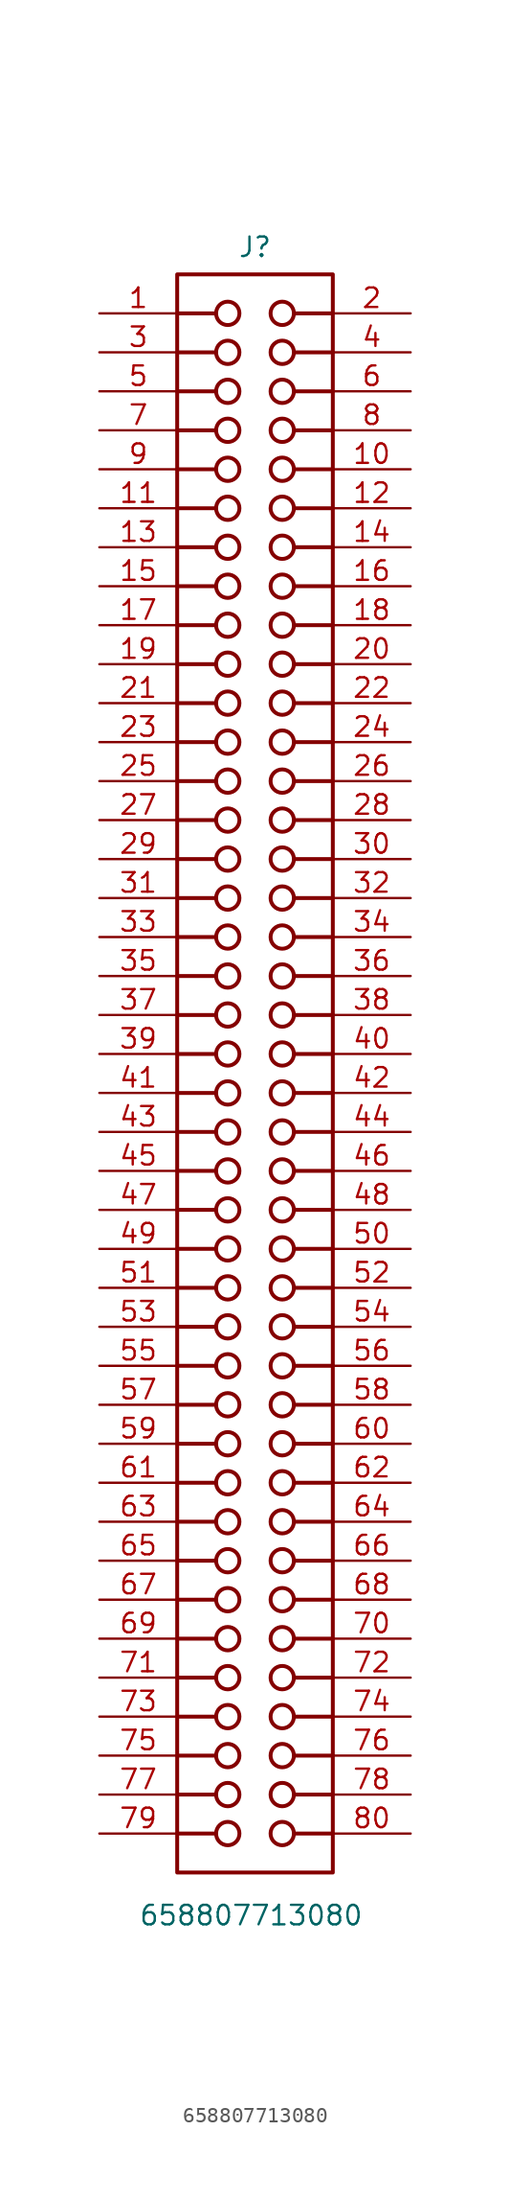
<source format=kicad_sym>
(kicad_symbol_lib
  (version 20241209)
  (generator "kicad_symbol_editor")
  (generator_version "9.0")
  (symbol "658807713080"
    (pin_names
      (hide yes))
    (property "Reference" "J"
      (at 0 52.578 0)
      (effects (font (size 1.27 1.27))))
    (property "Value" "658807713080"
      (at -0.254 -56.134 0)
      (effects (font (size 1.27 1.27))))
    (symbol "658807713080_1_1"
      (rectangle (start -5.08 50.8) (end 5.08 -53.34) (stroke (width 0.254) (type solid)) (fill (type none)))
      (polyline (pts (xy -5.08 48.26) (xy -2.54 48.26)) (stroke (width 0.254) (type solid)) (fill (type none)))
      (polyline (pts (xy -5.08 45.72) (xy -2.54 45.72)) (stroke (width 0.254) (type solid)) (fill (type none)))
      (polyline (pts (xy -5.08 43.18) (xy -2.54 43.18)) (stroke (width 0.254) (type solid)) (fill (type none)))
      (polyline (pts (xy -5.08 40.64) (xy -2.54 40.64)) (stroke (width 0.254) (type solid)) (fill (type none)))
      (polyline (pts (xy -5.08 38.1) (xy -2.54 38.1)) (stroke (width 0.254) (type solid)) (fill (type none)))
      (polyline (pts (xy -5.08 35.56) (xy -2.54 35.56)) (stroke (width 0.254) (type solid)) (fill (type none)))
      (polyline (pts (xy -5.08 33.02) (xy -2.54 33.02)) (stroke (width 0.254) (type solid)) (fill (type none)))
      (polyline (pts (xy -5.08 30.48) (xy -2.54 30.48)) (stroke (width 0.254) (type solid)) (fill (type none)))
      (polyline (pts (xy -5.08 27.94) (xy -2.54 27.94)) (stroke (width 0.254) (type solid)) (fill (type none)))
      (polyline (pts (xy -5.08 25.4) (xy -2.54 25.4)) (stroke (width 0.254) (type solid)) (fill (type none)))
      (polyline (pts (xy -5.08 22.86) (xy -2.54 22.86)) (stroke (width 0.254) (type solid)) (fill (type none)))
      (polyline (pts (xy -5.08 20.32) (xy -2.54 20.32)) (stroke (width 0.254) (type solid)) (fill (type none)))
      (polyline (pts (xy -5.08 17.78) (xy -2.54 17.78)) (stroke (width 0.254) (type solid)) (fill (type none)))
      (polyline (pts (xy -5.08 15.24) (xy -2.54 15.24)) (stroke (width 0.254) (type solid)) (fill (type none)))
      (polyline (pts (xy -5.08 12.7) (xy -2.54 12.7)) (stroke (width 0.254) (type solid)) (fill (type none)))
      (polyline (pts (xy -5.08 10.16) (xy -2.54 10.16)) (stroke (width 0.254) (type solid)) (fill (type none)))
      (polyline (pts (xy -5.08 7.62) (xy -2.54 7.62)) (stroke (width 0.254) (type solid)) (fill (type none)))
      (polyline (pts (xy -5.08 5.08) (xy -2.54 5.08)) (stroke (width 0.254) (type solid)) (fill (type none)))
      (polyline (pts (xy -5.08 2.54) (xy -2.54 2.54)) (stroke (width 0.254) (type solid)) (fill (type none)))
      (polyline (pts (xy -5.08 0) (xy -2.54 0)) (stroke (width 0.254) (type solid)) (fill (type none)))
      (polyline (pts (xy -5.08 -2.54) (xy -2.54 -2.54)) (stroke (width 0.254) (type solid)) (fill (type none)))
      (polyline (pts (xy -5.08 -5.08) (xy -2.54 -5.08)) (stroke (width 0.254) (type solid)) (fill (type none)))
      (polyline (pts (xy -5.08 -7.62) (xy -2.54 -7.62)) (stroke (width 0.254) (type solid)) (fill (type none)))
      (polyline (pts (xy -5.08 -10.16) (xy -2.54 -10.16)) (stroke (width 0.254) (type solid)) (fill (type none)))
      (polyline (pts (xy -5.08 -12.7) (xy -2.54 -12.7)) (stroke (width 0.254) (type solid)) (fill (type none)))
      (polyline (pts (xy -5.08 -15.24) (xy -2.54 -15.24)) (stroke (width 0.254) (type solid)) (fill (type none)))
      (polyline (pts (xy -5.08 -17.78) (xy -2.54 -17.78)) (stroke (width 0.254) (type solid)) (fill (type none)))
      (polyline (pts (xy -5.08 -20.32) (xy -2.54 -20.32)) (stroke (width 0.254) (type solid)) (fill (type none)))
      (polyline (pts (xy -5.08 -22.86) (xy -2.54 -22.86)) (stroke (width 0.254) (type solid)) (fill (type none)))
      (polyline (pts (xy -5.08 -25.4) (xy -2.54 -25.4)) (stroke (width 0.254) (type solid)) (fill (type none)))
      (polyline (pts (xy -5.08 -27.94) (xy -2.54 -27.94)) (stroke (width 0.254) (type solid)) (fill (type none)))
      (polyline (pts (xy -5.08 -30.48) (xy -2.54 -30.48)) (stroke (width 0.254) (type solid)) (fill (type none)))
      (polyline (pts (xy -5.08 -33.02) (xy -2.54 -33.02)) (stroke (width 0.254) (type solid)) (fill (type none)))
      (polyline (pts (xy -5.08 -35.56) (xy -2.54 -35.56)) (stroke (width 0.254) (type solid)) (fill (type none)))
      (polyline (pts (xy -5.08 -38.1) (xy -2.54 -38.1)) (stroke (width 0.254) (type solid)) (fill (type none)))
      (polyline (pts (xy -5.08 -40.64) (xy -2.54 -40.64)) (stroke (width 0.254) (type solid)) (fill (type none)))
      (polyline (pts (xy -5.08 -43.18) (xy -2.54 -43.18)) (stroke (width 0.254) (type solid)) (fill (type none)))
      (polyline (pts (xy -5.08 -45.72) (xy -2.54 -45.72)) (stroke (width 0.254) (type solid)) (fill (type none)))
      (polyline (pts (xy -5.08 -48.26) (xy -2.54 -48.26)) (stroke (width 0.254) (type solid)) (fill (type none)))
      (polyline (pts (xy -5.08 -50.8) (xy -2.54 -50.8)) (stroke (width 0.254) (type solid)) (fill (type none)))
      (circle (center -1.778 48.26) (radius 0.762) (stroke (width 0.254) (type solid)) (fill (type none)))
      (circle (center -1.778 45.72) (radius 0.762) (stroke (width 0.254) (type solid)) (fill (type none)))
      (circle (center -1.778 43.18) (radius 0.762) (stroke (width 0.254) (type solid)) (fill (type none)))
      (circle (center -1.778 40.64) (radius 0.762) (stroke (width 0.254) (type solid)) (fill (type none)))
      (circle (center -1.778 38.1) (radius 0.762) (stroke (width 0.254) (type solid)) (fill (type none)))
      (circle (center -1.778 35.56) (radius 0.762) (stroke (width 0.254) (type solid)) (fill (type none)))
      (circle (center -1.778 33.02) (radius 0.762) (stroke (width 0.254) (type solid)) (fill (type none)))
      (circle (center -1.778 30.48) (radius 0.762) (stroke (width 0.254) (type solid)) (fill (type none)))
      (circle (center -1.778 27.94) (radius 0.762) (stroke (width 0.254) (type solid)) (fill (type none)))
      (circle (center -1.778 25.4) (radius 0.762) (stroke (width 0.254) (type solid)) (fill (type none)))
      (circle (center -1.778 22.86) (radius 0.762) (stroke (width 0.254) (type solid)) (fill (type none)))
      (circle (center -1.778 20.32) (radius 0.762) (stroke (width 0.254) (type solid)) (fill (type none)))
      (circle (center -1.778 17.78) (radius 0.762) (stroke (width 0.254) (type solid)) (fill (type none)))
      (circle (center -1.778 15.24) (radius 0.762) (stroke (width 0.254) (type solid)) (fill (type none)))
      (circle (center -1.778 12.7) (radius 0.762) (stroke (width 0.254) (type solid)) (fill (type none)))
      (circle (center -1.778 10.16) (radius 0.762) (stroke (width 0.254) (type solid)) (fill (type none)))
      (circle (center -1.778 7.62) (radius 0.762) (stroke (width 0.254) (type solid)) (fill (type none)))
      (circle (center -1.778 5.08) (radius 0.762) (stroke (width 0.254) (type solid)) (fill (type none)))
      (circle (center -1.778 2.54) (radius 0.762) (stroke (width 0.254) (type solid)) (fill (type none)))
      (circle (center -1.778 0) (radius 0.762) (stroke (width 0.254) (type solid)) (fill (type none)))
      (circle (center -1.778 -2.54) (radius 0.762) (stroke (width 0.254) (type solid)) (fill (type none)))
      (circle (center -1.778 -5.08) (radius 0.762) (stroke (width 0.254) (type solid)) (fill (type none)))
      (circle (center -1.778 -7.62) (radius 0.762) (stroke (width 0.254) (type solid)) (fill (type none)))
      (circle (center -1.778 -10.16) (radius 0.762) (stroke (width 0.254) (type solid)) (fill (type none)))
      (circle (center -1.778 -12.7) (radius 0.762) (stroke (width 0.254) (type solid)) (fill (type none)))
      (circle (center -1.778 -15.24) (radius 0.762) (stroke (width 0.254) (type solid)) (fill (type none)))
      (circle (center -1.778 -17.78) (radius 0.762) (stroke (width 0.254) (type solid)) (fill (type none)))
      (circle (center -1.778 -20.32) (radius 0.762) (stroke (width 0.254) (type solid)) (fill (type none)))
      (circle (center -1.778 -22.86) (radius 0.762) (stroke (width 0.254) (type solid)) (fill (type none)))
      (circle (center -1.778 -25.4) (radius 0.762) (stroke (width 0.254) (type solid)) (fill (type none)))
      (circle (center -1.778 -27.94) (radius 0.762) (stroke (width 0.254) (type solid)) (fill (type none)))
      (circle (center -1.778 -30.48) (radius 0.762) (stroke (width 0.254) (type solid)) (fill (type none)))
      (circle (center -1.778 -33.02) (radius 0.762) (stroke (width 0.254) (type solid)) (fill (type none)))
      (circle (center -1.778 -35.56) (radius 0.762) (stroke (width 0.254) (type solid)) (fill (type none)))
      (circle (center -1.778 -38.1) (radius 0.762) (stroke (width 0.254) (type solid)) (fill (type none)))
      (circle (center -1.778 -40.64) (radius 0.762) (stroke (width 0.254) (type solid)) (fill (type none)))
      (circle (center -1.778 -43.18) (radius 0.762) (stroke (width 0.254) (type solid)) (fill (type none)))
      (circle (center -1.778 -45.72) (radius 0.762) (stroke (width 0.254) (type solid)) (fill (type none)))
      (circle (center -1.778 -48.26) (radius 0.762) (stroke (width 0.254) (type solid)) (fill (type none)))
      (circle (center -1.778 -50.8) (radius 0.762) (stroke (width 0.254) (type solid)) (fill (type none)))
      (circle (center 1.778 48.26) (radius 0.762) (stroke (width 0.254) (type solid)) (fill (type none)))
      (circle (center 1.778 45.72) (radius 0.762) (stroke (width 0.254) (type solid)) (fill (type none)))
      (circle (center 1.778 43.18) (radius 0.762) (stroke (width 0.254) (type solid)) (fill (type none)))
      (circle (center 1.778 40.64) (radius 0.762) (stroke (width 0.254) (type solid)) (fill (type none)))
      (circle (center 1.778 38.1) (radius 0.762) (stroke (width 0.254) (type solid)) (fill (type none)))
      (circle (center 1.778 35.56) (radius 0.762) (stroke (width 0.254) (type solid)) (fill (type none)))
      (circle (center 1.778 33.02) (radius 0.762) (stroke (width 0.254) (type solid)) (fill (type none)))
      (circle (center 1.778 30.48) (radius 0.762) (stroke (width 0.254) (type solid)) (fill (type none)))
      (circle (center 1.778 27.94) (radius 0.762) (stroke (width 0.254) (type solid)) (fill (type none)))
      (circle (center 1.778 25.4) (radius 0.762) (stroke (width 0.254) (type solid)) (fill (type none)))
      (circle (center 1.778 22.86) (radius 0.762) (stroke (width 0.254) (type solid)) (fill (type none)))
      (circle (center 1.778 20.32) (radius 0.762) (stroke (width 0.254) (type solid)) (fill (type none)))
      (circle (center 1.778 17.78) (radius 0.762) (stroke (width 0.254) (type solid)) (fill (type none)))
      (circle (center 1.778 15.24) (radius 0.762) (stroke (width 0.254) (type solid)) (fill (type none)))
      (circle (center 1.778 12.7) (radius 0.762) (stroke (width 0.254) (type solid)) (fill (type none)))
      (circle (center 1.778 10.16) (radius 0.762) (stroke (width 0.254) (type solid)) (fill (type none)))
      (circle (center 1.778 7.62) (radius 0.762) (stroke (width 0.254) (type solid)) (fill (type none)))
      (circle (center 1.778 5.08) (radius 0.762) (stroke (width 0.254) (type solid)) (fill (type none)))
      (circle (center 1.778 2.54) (radius 0.762) (stroke (width 0.254) (type solid)) (fill (type none)))
      (circle (center 1.778 0) (radius 0.762) (stroke (width 0.254) (type solid)) (fill (type none)))
      (circle (center 1.778 -2.54) (radius 0.762) (stroke (width 0.254) (type solid)) (fill (type none)))
      (circle (center 1.778 -5.08) (radius 0.762) (stroke (width 0.254) (type solid)) (fill (type none)))
      (circle (center 1.778 -7.62) (radius 0.762) (stroke (width 0.254) (type solid)) (fill (type none)))
      (circle (center 1.778 -10.16) (radius 0.762) (stroke (width 0.254) (type solid)) (fill (type none)))
      (circle (center 1.778 -12.7) (radius 0.762) (stroke (width 0.254) (type solid)) (fill (type none)))
      (circle (center 1.778 -15.24) (radius 0.762) (stroke (width 0.254) (type solid)) (fill (type none)))
      (circle (center 1.778 -17.78) (radius 0.762) (stroke (width 0.254) (type solid)) (fill (type none)))
      (circle (center 1.778 -20.32) (radius 0.762) (stroke (width 0.254) (type solid)) (fill (type none)))
      (circle (center 1.778 -22.86) (radius 0.762) (stroke (width 0.254) (type solid)) (fill (type none)))
      (circle (center 1.778 -25.4) (radius 0.762) (stroke (width 0.254) (type solid)) (fill (type none)))
      (circle (center 1.778 -27.94) (radius 0.762) (stroke (width 0.254) (type solid)) (fill (type none)))
      (circle (center 1.778 -30.48) (radius 0.762) (stroke (width 0.254) (type solid)) (fill (type none)))
      (circle (center 1.778 -33.02) (radius 0.762) (stroke (width 0.254) (type solid)) (fill (type none)))
      (circle (center 1.778 -35.56) (radius 0.762) (stroke (width 0.254) (type solid)) (fill (type none)))
      (circle (center 1.778 -38.1) (radius 0.762) (stroke (width 0.254) (type solid)) (fill (type none)))
      (circle (center 1.778 -40.64) (radius 0.762) (stroke (width 0.254) (type solid)) (fill (type none)))
      (circle (center 1.778 -43.18) (radius 0.762) (stroke (width 0.254) (type solid)) (fill (type none)))
      (circle (center 1.778 -45.72) (radius 0.762) (stroke (width 0.254) (type solid)) (fill (type none)))
      (circle (center 1.778 -48.26) (radius 0.762) (stroke (width 0.254) (type solid)) (fill (type none)))
      (circle (center 1.778 -50.8) (radius 0.762) (stroke (width 0.254) (type solid)) (fill (type none)))
      (polyline (pts (xy 5.08 48.26) (xy 2.54 48.26)) (stroke (width 0.254) (type solid)) (fill (type none)))
      (polyline (pts (xy 5.08 45.72) (xy 2.54 45.72)) (stroke (width 0.254) (type solid)) (fill (type none)))
      (polyline (pts (xy 5.08 43.18) (xy 2.54 43.18)) (stroke (width 0.254) (type solid)) (fill (type none)))
      (polyline (pts (xy 5.08 40.64) (xy 2.54 40.64)) (stroke (width 0.254) (type solid)) (fill (type none)))
      (polyline (pts (xy 5.08 38.1) (xy 2.54 38.1)) (stroke (width 0.254) (type solid)) (fill (type none)))
      (polyline (pts (xy 5.08 35.56) (xy 2.54 35.56)) (stroke (width 0.254) (type solid)) (fill (type none)))
      (polyline (pts (xy 5.08 33.02) (xy 2.54 33.02)) (stroke (width 0.254) (type solid)) (fill (type none)))
      (polyline (pts (xy 5.08 30.48) (xy 2.54 30.48)) (stroke (width 0.254) (type solid)) (fill (type none)))
      (polyline (pts (xy 5.08 27.94) (xy 2.54 27.94)) (stroke (width 0.254) (type solid)) (fill (type none)))
      (polyline (pts (xy 5.08 25.4) (xy 2.54 25.4)) (stroke (width 0.254) (type solid)) (fill (type none)))
      (polyline (pts (xy 5.08 22.86) (xy 2.54 22.86)) (stroke (width 0.254) (type solid)) (fill (type none)))
      (polyline (pts (xy 5.08 20.32) (xy 2.54 20.32)) (stroke (width 0.254) (type solid)) (fill (type none)))
      (polyline (pts (xy 5.08 17.78) (xy 2.54 17.78)) (stroke (width 0.254) (type solid)) (fill (type none)))
      (polyline (pts (xy 5.08 15.24) (xy 2.54 15.24)) (stroke (width 0.254) (type solid)) (fill (type none)))
      (polyline (pts (xy 5.08 12.7) (xy 2.54 12.7)) (stroke (width 0.254) (type solid)) (fill (type none)))
      (polyline (pts (xy 5.08 10.16) (xy 2.54 10.16)) (stroke (width 0.254) (type solid)) (fill (type none)))
      (polyline (pts (xy 5.08 7.62) (xy 2.54 7.62)) (stroke (width 0.254) (type solid)) (fill (type none)))
      (polyline (pts (xy 5.08 5.08) (xy 2.54 5.08)) (stroke (width 0.254) (type solid)) (fill (type none)))
      (polyline (pts (xy 5.08 2.54) (xy 2.54 2.54)) (stroke (width 0.254) (type solid)) (fill (type none)))
      (polyline (pts (xy 5.08 0) (xy 2.54 0)) (stroke (width 0.254) (type solid)) (fill (type none)))
      (polyline (pts (xy 5.08 -2.54) (xy 2.54 -2.54)) (stroke (width 0.254) (type solid)) (fill (type none)))
      (polyline (pts (xy 5.08 -5.08) (xy 2.54 -5.08)) (stroke (width 0.254) (type solid)) (fill (type none)))
      (polyline (pts (xy 5.08 -7.62) (xy 2.54 -7.62)) (stroke (width 0.254) (type solid)) (fill (type none)))
      (polyline (pts (xy 5.08 -10.16) (xy 2.54 -10.16)) (stroke (width 0.254) (type solid)) (fill (type none)))
      (polyline (pts (xy 5.08 -12.7) (xy 2.54 -12.7)) (stroke (width 0.254) (type solid)) (fill (type none)))
      (polyline (pts (xy 5.08 -15.24) (xy 2.54 -15.24)) (stroke (width 0.254) (type solid)) (fill (type none)))
      (polyline (pts (xy 5.08 -17.78) (xy 2.54 -17.78)) (stroke (width 0.254) (type solid)) (fill (type none)))
      (polyline (pts (xy 5.08 -20.32) (xy 2.54 -20.32)) (stroke (width 0.254) (type solid)) (fill (type none)))
      (polyline (pts (xy 5.08 -22.86) (xy 2.54 -22.86)) (stroke (width 0.254) (type solid)) (fill (type none)))
      (polyline (pts (xy 5.08 -25.4) (xy 2.54 -25.4)) (stroke (width 0.254) (type solid)) (fill (type none)))
      (polyline (pts (xy 5.08 -27.94) (xy 2.54 -27.94)) (stroke (width 0.254) (type solid)) (fill (type none)))
      (polyline (pts (xy 5.08 -30.48) (xy 2.54 -30.48)) (stroke (width 0.254) (type solid)) (fill (type none)))
      (polyline (pts (xy 5.08 -33.02) (xy 2.54 -33.02)) (stroke (width 0.254) (type solid)) (fill (type none)))
      (polyline (pts (xy 5.08 -35.56) (xy 2.54 -35.56)) (stroke (width 0.254) (type solid)) (fill (type none)))
      (polyline (pts (xy 5.08 -38.1) (xy 2.54 -38.1)) (stroke (width 0.254) (type solid)) (fill (type none)))
      (polyline (pts (xy 5.08 -40.64) (xy 2.54 -40.64)) (stroke (width 0.254) (type solid)) (fill (type none)))
      (polyline (pts (xy 5.08 -43.18) (xy 2.54 -43.18)) (stroke (width 0.254) (type solid)) (fill (type none)))
      (polyline (pts (xy 5.08 -45.72) (xy 2.54 -45.72)) (stroke (width 0.254) (type solid)) (fill (type none)))
      (polyline (pts (xy 5.08 -48.26) (xy 2.54 -48.26)) (stroke (width 0.254) (type solid)) (fill (type none)))
      (polyline (pts (xy 5.08 -50.8) (xy 2.54 -50.8)) (stroke (width 0.254) (type solid)) (fill (type none)))
      (pin passive line (at -10.16 48.26 0) (length 5.08) (name "1" (effects (font (size 1.27 1.27)))) (number "1" (effects (font (size 1.27 1.27)))))
      (pin passive line (at -10.16 45.72 0) (length 5.08) (name "3" (effects (font (size 1.27 1.27)))) (number "3" (effects (font (size 1.27 1.27)))))
      (pin passive line (at -10.16 43.18 0) (length 5.08) (name "5" (effects (font (size 1.27 1.27)))) (number "5" (effects (font (size 1.27 1.27)))))
      (pin passive line (at -10.16 40.64 0) (length 5.08) (name "7" (effects (font (size 1.27 1.27)))) (number "7" (effects (font (size 1.27 1.27)))))
      (pin passive line (at -10.16 38.1 0) (length 5.08) (name "9" (effects (font (size 1.27 1.27)))) (number "9" (effects (font (size 1.27 1.27)))))
      (pin passive line (at -10.16 35.56 0) (length 5.08) (name "11" (effects (font (size 1.27 1.27)))) (number "11" (effects (font (size 1.27 1.27)))))
      (pin passive line (at -10.16 33.02 0) (length 5.08) (name "13" (effects (font (size 1.27 1.27)))) (number "13" (effects (font (size 1.27 1.27)))))
      (pin passive line (at -10.16 30.48 0) (length 5.08) (name "15" (effects (font (size 1.27 1.27)))) (number "15" (effects (font (size 1.27 1.27)))))
      (pin passive line (at -10.16 27.94 0) (length 5.08) (name "17" (effects (font (size 1.27 1.27)))) (number "17" (effects (font (size 1.27 1.27)))))
      (pin passive line (at -10.16 25.4 0) (length 5.08) (name "19" (effects (font (size 1.27 1.27)))) (number "19" (effects (font (size 1.27 1.27)))))
      (pin passive line (at -10.16 22.86 0) (length 5.08) (name "21" (effects (font (size 1.27 1.27)))) (number "21" (effects (font (size 1.27 1.27)))))
      (pin passive line (at -10.16 20.32 0) (length 5.08) (name "23" (effects (font (size 1.27 1.27)))) (number "23" (effects (font (size 1.27 1.27)))))
      (pin passive line (at -10.16 17.78 0) (length 5.08) (name "25" (effects (font (size 1.27 1.27)))) (number "25" (effects (font (size 1.27 1.27)))))
      (pin passive line (at -10.16 15.24 0) (length 5.08) (name "27" (effects (font (size 1.27 1.27)))) (number "27" (effects (font (size 1.27 1.27)))))
      (pin passive line (at -10.16 12.7 0) (length 5.08) (name "29" (effects (font (size 1.27 1.27)))) (number "29" (effects (font (size 1.27 1.27)))))
      (pin passive line (at -10.16 10.16 0) (length 5.08) (name "31" (effects (font (size 1.27 1.27)))) (number "31" (effects (font (size 1.27 1.27)))))
      (pin passive line (at -10.16 7.62 0) (length 5.08) (name "33" (effects (font (size 1.27 1.27)))) (number "33" (effects (font (size 1.27 1.27)))))
      (pin passive line (at -10.16 5.08 0) (length 5.08) (name "35" (effects (font (size 1.27 1.27)))) (number "35" (effects (font (size 1.27 1.27)))))
      (pin passive line (at -10.16 2.54 0) (length 5.08) (name "37" (effects (font (size 1.27 1.27)))) (number "37" (effects (font (size 1.27 1.27)))))
      (pin passive line (at -10.16 0 0) (length 5.08) (name "39" (effects (font (size 1.27 1.27)))) (number "39" (effects (font (size 1.27 1.27)))))
      (pin passive line (at -10.16 -2.54 0) (length 5.08) (name "41" (effects (font (size 1.27 1.27)))) (number "41" (effects (font (size 1.27 1.27)))))
      (pin passive line (at -10.16 -5.08 0) (length 5.08) (name "43" (effects (font (size 1.27 1.27)))) (number "43" (effects (font (size 1.27 1.27)))))
      (pin passive line (at -10.16 -7.62 0) (length 5.08) (name "45" (effects (font (size 1.27 1.27)))) (number "45" (effects (font (size 1.27 1.27)))))
      (pin passive line (at -10.16 -10.16 0) (length 5.08) (name "47" (effects (font (size 1.27 1.27)))) (number "47" (effects (font (size 1.27 1.27)))))
      (pin passive line (at -10.16 -12.7 0) (length 5.08) (name "49" (effects (font (size 1.27 1.27)))) (number "49" (effects (font (size 1.27 1.27)))))
      (pin passive line (at -10.16 -15.24 0) (length 5.08) (name "51" (effects (font (size 1.27 1.27)))) (number "51" (effects (font (size 1.27 1.27)))))
      (pin passive line (at -10.16 -17.78 0) (length 5.08) (name "53" (effects (font (size 1.27 1.27)))) (number "53" (effects (font (size 1.27 1.27)))))
      (pin passive line (at -10.16 -20.32 0) (length 5.08) (name "55" (effects (font (size 1.27 1.27)))) (number "55" (effects (font (size 1.27 1.27)))))
      (pin passive line (at -10.16 -22.86 0) (length 5.08) (name "57" (effects (font (size 1.27 1.27)))) (number "57" (effects (font (size 1.27 1.27)))))
      (pin passive line (at -10.16 -25.4 0) (length 5.08) (name "59" (effects (font (size 1.27 1.27)))) (number "59" (effects (font (size 1.27 1.27)))))
      (pin passive line (at -10.16 -27.94 0) (length 5.08) (name "61" (effects (font (size 1.27 1.27)))) (number "61" (effects (font (size 1.27 1.27)))))
      (pin passive line (at -10.16 -30.48 0) (length 5.08) (name "63" (effects (font (size 1.27 1.27)))) (number "63" (effects (font (size 1.27 1.27)))))
      (pin passive line (at -10.16 -33.02 0) (length 5.08) (name "65" (effects (font (size 1.27 1.27)))) (number "65" (effects (font (size 1.27 1.27)))))
      (pin passive line (at -10.16 -35.56 0) (length 5.08) (name "67" (effects (font (size 1.27 1.27)))) (number "67" (effects (font (size 1.27 1.27)))))
      (pin passive line (at -10.16 -38.1 0) (length 5.08) (name "69" (effects (font (size 1.27 1.27)))) (number "69" (effects (font (size 1.27 1.27)))))
      (pin passive line (at -10.16 -40.64 0) (length 5.08) (name "71" (effects (font (size 1.27 1.27)))) (number "71" (effects (font (size 1.27 1.27)))))
      (pin passive line (at -10.16 -43.18 0) (length 5.08) (name "73" (effects (font (size 1.27 1.27)))) (number "73" (effects (font (size 1.27 1.27)))))
      (pin passive line (at -10.16 -45.72 0) (length 5.08) (name "75" (effects (font (size 1.27 1.27)))) (number "75" (effects (font (size 1.27 1.27)))))
      (pin passive line (at -10.16 -48.26 0) (length 5.08) (name "77" (effects (font (size 1.27 1.27)))) (number "77" (effects (font (size 1.27 1.27)))))
      (pin passive line (at -10.16 -50.8 0) (length 5.08) (name "79" (effects (font (size 1.27 1.27)))) (number "79" (effects (font (size 1.27 1.27)))))
      (pin passive line (at 10.16 48.26 180) (length 5.08) (name "2" (effects (font (size 1.27 1.27)))) (number "2" (effects (font (size 1.27 1.27)))))
      (pin passive line (at 10.16 45.72 180) (length 5.08) (name "4" (effects (font (size 1.27 1.27)))) (number "4" (effects (font (size 1.27 1.27)))))
      (pin passive line (at 10.16 43.18 180) (length 5.08) (name "6" (effects (font (size 1.27 1.27)))) (number "6" (effects (font (size 1.27 1.27)))))
      (pin passive line (at 10.16 40.64 180) (length 5.08) (name "8" (effects (font (size 1.27 1.27)))) (number "8" (effects (font (size 1.27 1.27)))))
      (pin passive line (at 10.16 38.1 180) (length 5.08) (name "10" (effects (font (size 1.27 1.27)))) (number "10" (effects (font (size 1.27 1.27)))))
      (pin passive line (at 10.16 35.56 180) (length 5.08) (name "12" (effects (font (size 1.27 1.27)))) (number "12" (effects (font (size 1.27 1.27)))))
      (pin passive line (at 10.16 33.02 180) (length 5.08) (name "14" (effects (font (size 1.27 1.27)))) (number "14" (effects (font (size 1.27 1.27)))))
      (pin passive line (at 10.16 30.48 180) (length 5.08) (name "16" (effects (font (size 1.27 1.27)))) (number "16" (effects (font (size 1.27 1.27)))))
      (pin passive line (at 10.16 27.94 180) (length 5.08) (name "18" (effects (font (size 1.27 1.27)))) (number "18" (effects (font (size 1.27 1.27)))))
      (pin passive line (at 10.16 25.4 180) (length 5.08) (name "20" (effects (font (size 1.27 1.27)))) (number "20" (effects (font (size 1.27 1.27)))))
      (pin passive line (at 10.16 22.86 180) (length 5.08) (name "22" (effects (font (size 1.27 1.27)))) (number "22" (effects (font (size 1.27 1.27)))))
      (pin passive line (at 10.16 20.32 180) (length 5.08) (name "24" (effects (font (size 1.27 1.27)))) (number "24" (effects (font (size 1.27 1.27)))))
      (pin passive line (at 10.16 17.78 180) (length 5.08) (name "1" (effects (font (size 1.27 1.27)))) (number "26" (effects (font (size 1.27 1.27)))))
      (pin passive line (at 10.16 15.24 180) (length 5.08) (name "28" (effects (font (size 1.27 1.27)))) (number "28" (effects (font (size 1.27 1.27)))))
      (pin passive line (at 10.16 12.7 180) (length 5.08) (name "30" (effects (font (size 1.27 1.27)))) (number "30" (effects (font (size 1.27 1.27)))))
      (pin passive line (at 10.16 10.16 180) (length 5.08) (name "32" (effects (font (size 1.27 1.27)))) (number "32" (effects (font (size 1.27 1.27)))))
      (pin passive line (at 10.16 7.62 180) (length 5.08) (name "34" (effects (font (size 1.27 1.27)))) (number "34" (effects (font (size 1.27 1.27)))))
      (pin passive line (at 10.16 5.08 180) (length 5.08) (name "36" (effects (font (size 1.27 1.27)))) (number "36" (effects (font (size 1.27 1.27)))))
      (pin passive line (at 10.16 2.54 180) (length 5.08) (name "38" (effects (font (size 1.27 1.27)))) (number "38" (effects (font (size 1.27 1.27)))))
      (pin passive line (at 10.16 0 180) (length 5.08) (name "40" (effects (font (size 1.27 1.27)))) (number "40" (effects (font (size 1.27 1.27)))))
      (pin passive line (at 10.16 -2.54 180) (length 5.08) (name "42" (effects (font (size 1.27 1.27)))) (number "42" (effects (font (size 1.27 1.27)))))
      (pin passive line (at 10.16 -5.08 180) (length 5.08) (name "44" (effects (font (size 1.27 1.27)))) (number "44" (effects (font (size 1.27 1.27)))))
      (pin passive line (at 10.16 -7.62 180) (length 5.08) (name "46" (effects (font (size 1.27 1.27)))) (number "46" (effects (font (size 1.27 1.27)))))
      (pin passive line (at 10.16 -10.16 180) (length 5.08) (name "48" (effects (font (size 1.27 1.27)))) (number "48" (effects (font (size 1.27 1.27)))))
      (pin passive line (at 10.16 -12.7 180) (length 5.08) (name "50" (effects (font (size 1.27 1.27)))) (number "50" (effects (font (size 1.27 1.27)))))
      (pin passive line (at 10.16 -15.24 180) (length 5.08) (name "52" (effects (font (size 1.27 1.27)))) (number "52" (effects (font (size 1.27 1.27)))))
      (pin passive line (at 10.16 -17.78 180) (length 5.08) (name "54" (effects (font (size 1.27 1.27)))) (number "54" (effects (font (size 1.27 1.27)))))
      (pin passive line (at 10.16 -20.32 180) (length 5.08) (name "56" (effects (font (size 1.27 1.27)))) (number "56" (effects (font (size 1.27 1.27)))))
      (pin passive line (at 10.16 -22.86 180) (length 5.08) (name "58" (effects (font (size 1.27 1.27)))) (number "58" (effects (font (size 1.27 1.27)))))
      (pin passive line (at 10.16 -25.4 180) (length 5.08) (name "60" (effects (font (size 1.27 1.27)))) (number "60" (effects (font (size 1.27 1.27)))))
      (pin passive line (at 10.16 -27.94 180) (length 5.08) (name "62" (effects (font (size 1.27 1.27)))) (number "62" (effects (font (size 1.27 1.27)))))
      (pin passive line (at 10.16 -30.48 180) (length 5.08) (name "64" (effects (font (size 1.27 1.27)))) (number "64" (effects (font (size 1.27 1.27)))))
      (pin passive line (at 10.16 -33.02 180) (length 5.08) (name "66" (effects (font (size 1.27 1.27)))) (number "66" (effects (font (size 1.27 1.27)))))
      (pin passive line (at 10.16 -35.56 180) (length 5.08) (name "68" (effects (font (size 1.27 1.27)))) (number "68" (effects (font (size 1.27 1.27)))))
      (pin passive line (at 10.16 -38.1 180) (length 5.08) (name "70" (effects (font (size 1.27 1.27)))) (number "70" (effects (font (size 1.27 1.27)))))
      (pin passive line (at 10.16 -40.64 180) (length 5.08) (name "72" (effects (font (size 1.27 1.27)))) (number "72" (effects (font (size 1.27 1.27)))))
      (pin passive line (at 10.16 -43.18 180) (length 5.08) (name "74" (effects (font (size 1.27 1.27)))) (number "74" (effects (font (size 1.27 1.27)))))
      (pin passive line (at 10.16 -45.72 180) (length 5.08) (name "76" (effects (font (size 1.27 1.27)))) (number "76" (effects (font (size 1.27 1.27)))))
      (pin passive line (at 10.16 -48.26 180) (length 5.08) (name "78" (effects (font (size 1.27 1.27)))) (number "78" (effects (font (size 1.27 1.27)))))
      (pin passive line (at 10.16 -50.8 180) (length 5.08) (name "80" (effects (font (size 1.27 1.27)))) (number "80" (effects (font (size 1.27 1.27))))))))
</source>
